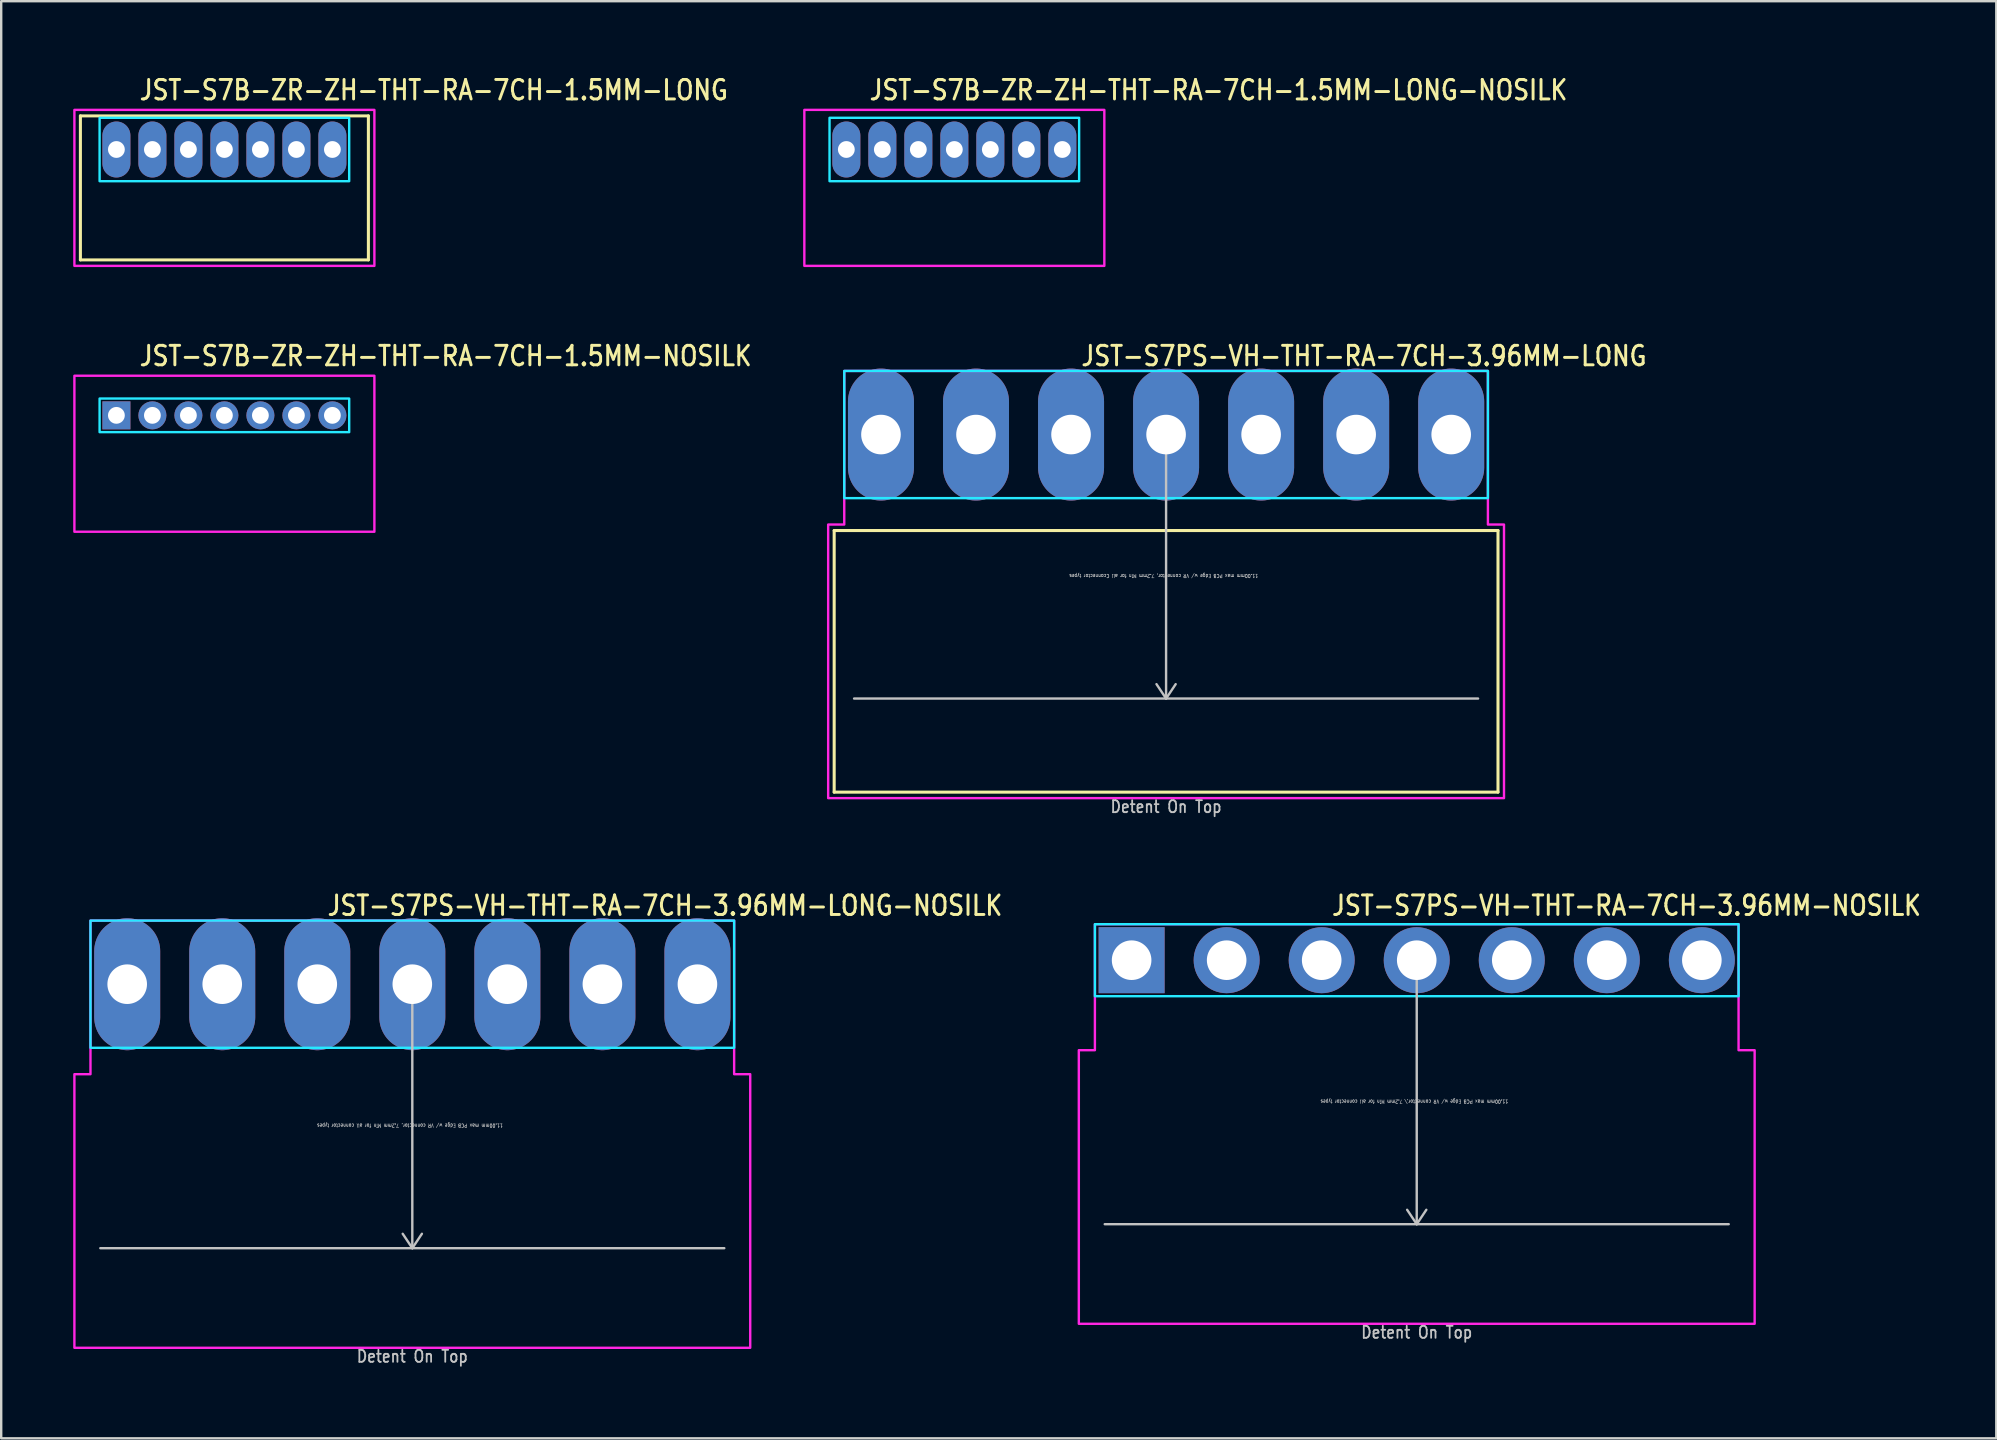
<source format=kicad_pcb>
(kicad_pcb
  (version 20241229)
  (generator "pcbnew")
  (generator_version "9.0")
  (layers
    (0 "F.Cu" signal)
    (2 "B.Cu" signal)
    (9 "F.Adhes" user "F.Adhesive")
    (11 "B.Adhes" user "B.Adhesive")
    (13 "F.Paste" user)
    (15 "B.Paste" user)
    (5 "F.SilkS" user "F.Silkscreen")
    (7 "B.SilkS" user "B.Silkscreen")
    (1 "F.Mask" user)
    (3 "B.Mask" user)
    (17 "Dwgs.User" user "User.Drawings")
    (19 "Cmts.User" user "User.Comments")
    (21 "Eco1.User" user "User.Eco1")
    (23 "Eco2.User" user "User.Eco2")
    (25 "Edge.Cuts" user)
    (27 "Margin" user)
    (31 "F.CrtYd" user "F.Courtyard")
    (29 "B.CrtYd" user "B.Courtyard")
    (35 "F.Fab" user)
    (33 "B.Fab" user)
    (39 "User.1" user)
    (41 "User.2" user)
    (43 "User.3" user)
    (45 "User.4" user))
  (footprint "JST-S7B-ZR-ZH-THT-RA-7CH-1.5MM-LONG"
    (layer "F.Cu")
    (at 6.3 3.179)
    (property "Reference" "JST-S7B-ZR-ZH-THT-RA-7CH-1.5MM-LONG" (at -3.6 -2 0) (unlocked yes) (layer "F.SilkS") (effects (font (size 0.813 0.695) (thickness 0.122)) (justify left bottom)))
    (fp_line (start -6 -1.4) (end 6 -1.4) (stroke (width 0.127) (type solid)) (layer "F.SilkS"))
    (fp_line (start -6 4.6) (end -6 -1.4) (stroke (width 0.127) (type solid)) (layer "F.SilkS"))
    (fp_line (start -6 4.6) (end 6 4.6) (stroke (width 0.127) (type solid)) (layer "F.SilkS"))
    (fp_line (start 6 -1.4) (end 6 4.6) (stroke (width 0.127) (type solid)) (layer "F.SilkS"))
    (fp_poly (pts (xy -5.2 -1.32) (xy -5.2 1.32) (xy 5.2 1.32) (xy 5.2 -1.32)) (stroke (width 0.1) (type solid)) (fill no) (layer "B.CrtYd"))
    (fp_poly (pts (xy -6.25 -1.65) (xy -6.25 4.85) (xy 6.25 4.85) (xy 6.25 -1.65)) (stroke (width 0.1) (type solid)) (fill no) (layer "F.CrtYd"))
    (pad "1" thru_hole oval (at -4.5 0 90) (size 2.333 1.167) (drill 0.7) (layers "*.Cu" "*.Mask"))
    (pad "2" thru_hole oval (at -3 0 90) (size 2.333 1.167) (drill 0.7) (layers "*.Cu" "*.Mask"))
    (pad "3" thru_hole oval (at -1.5 0 90) (size 2.333 1.167) (drill 0.7) (layers "*.Cu" "*.Mask"))
    (pad "4" thru_hole oval (at 0 0 90) (size 2.333 1.167) (drill 0.7) (layers "*.Cu" "*.Mask"))
    (pad "5" thru_hole oval (at 1.5 0 90) (size 2.333 1.167) (drill 0.7) (layers "*.Cu" "*.Mask"))
    (pad "6" thru_hole oval (at 3 0 90) (size 2.333 1.167) (drill 0.7) (layers "*.Cu" "*.Mask"))
    (pad "7" thru_hole oval (at 4.5 0 90) (size 2.333 1.167) (drill 0.7) (layers "*.Cu" "*.Mask")))
  (footprint "JST-S7PS-VH-THT-RA-7CH-3.96MM-NOSILK"
    (layer "F.Cu")
    (at 55.982 36.959)
    (property "Reference" "JST-S7PS-VH-THT-RA-7CH-3.96MM-NOSILK" (at -3.6 -1.8 0) (unlocked yes) (layer "F.SilkS") (effects (font (size 0.813 0.695) (thickness 0.122)) (justify left bottom)))
    (fp_line (start -13 11) (end 13 11) (stroke (width 0.1) (type solid)) (layer "Dwgs.User"))
    (fp_line (start 0 0) (end -0.4 0.6) (stroke (width 0.1) (type solid)) (layer "Dwgs.User"))
    (fp_line (start 0 0) (end 0 11) (stroke (width 0.1) (type solid)) (layer "Dwgs.User"))
    (fp_line (start 0 0) (end 0.4 0.6) (stroke (width 0.1) (type solid)) (layer "Dwgs.User"))
    (fp_line (start 0 11) (end -0.4 10.4) (stroke (width 0.1) (type solid)) (layer "Dwgs.User"))
    (fp_line (start 0 11) (end 0.4 10.4) (stroke (width 0.1) (type solid)) (layer "Dwgs.User"))
    (fp_poly (pts (xy -13.41 -1.5) (xy -13.41 1.5) (xy 13.41 1.5) (xy 13.41 -1.5)) (stroke (width 0.1) (type solid)) (fill no) (layer "B.CrtYd"))
    (fp_poly (pts (xy -14.08 3.75) (xy -14.08 15.15) (xy 14.08 15.15) (xy 14.08 3.75) (xy 13.41 3.75) (xy 13.41 -1.5) (xy -13.41 -1.5) (xy -13.41 3.75)) (stroke (width 0.1) (type solid)) (fill no) (layer "F.CrtYd"))
    (fp_text user "11.00mm max PCB Edge w/ VR connector,\\ 7.2mm Min for all connector types" (at -0.1 5.8 180) (unlocked yes) (layer "Dwgs.User") (effects (font (size 0.15 0.128) (thickness 0.022)) (justify bottom)))
    (fp_text user "Detent On Top" (at 0 15.8 0) (unlocked yes) (layer "Dwgs.User") (effects (font (size 0.5 0.427) (thickness 0.075)) (justify bottom)))
    (pad "1" thru_hole rect (at -11.88 0) (size 2.75 2.75) (drill 1.65) (layers "*.Cu" "*.Mask"))
    (pad "2" thru_hole oval (at -7.92 0) (size 2.75 2.75) (drill 1.65) (layers "*.Cu" "*.Mask"))
    (pad "3" thru_hole oval (at -3.96 0) (size 2.75 2.75) (drill 1.65) (layers "*.Cu" "*.Mask"))
    (pad "4" thru_hole oval (at 0 0) (size 2.75 2.75) (drill 1.65) (layers "*.Cu" "*.Mask"))
    (pad "5" thru_hole oval (at 3.96 0) (size 2.75 2.75) (drill 1.65) (layers "*.Cu" "*.Mask"))
    (pad "6" thru_hole oval (at 7.92 0) (size 2.75 2.75) (drill 1.65) (layers "*.Cu" "*.Mask"))
    (pad "7" thru_hole oval (at 11.88 0) (size 2.75 2.75) (drill 1.65) (layers "*.Cu" "*.Mask")))
  (footprint "JST-S7B-ZR-ZH-THT-RA-7CH-1.5MM-LONG-NOSILK"
    (layer "F.Cu")
    (at 36.715 3.179)
    (property "Reference" "JST-S7B-ZR-ZH-THT-RA-7CH-1.5MM-LONG-NOSILK" (at -3.6 -2 0) (unlocked yes) (layer "F.SilkS") (effects (font (size 0.813 0.695) (thickness 0.122)) (justify left bottom)))
    (fp_poly (pts (xy -5.2 -1.32) (xy -5.2 1.32) (xy 5.2 1.32) (xy 5.2 -1.32)) (stroke (width 0.1) (type solid)) (fill no) (layer "B.CrtYd"))
    (fp_poly (pts (xy -6.25 -1.65) (xy -6.25 4.85) (xy 6.25 4.85) (xy 6.25 -1.65)) (stroke (width 0.1) (type solid)) (fill no) (layer "F.CrtYd"))
    (pad "1" thru_hole oval (at -4.5 0 90) (size 2.333 1.167) (drill 0.7) (layers "*.Cu" "*.Mask"))
    (pad "2" thru_hole oval (at -3 0 90) (size 2.333 1.167) (drill 0.7) (layers "*.Cu" "*.Mask"))
    (pad "3" thru_hole oval (at -1.5 0 90) (size 2.333 1.167) (drill 0.7) (layers "*.Cu" "*.Mask"))
    (pad "4" thru_hole oval (at 0 0 90) (size 2.333 1.167) (drill 0.7) (layers "*.Cu" "*.Mask"))
    (pad "5" thru_hole oval (at 1.5 0 90) (size 2.333 1.167) (drill 0.7) (layers "*.Cu" "*.Mask"))
    (pad "6" thru_hole oval (at 3 0 90) (size 2.333 1.167) (drill 0.7) (layers "*.Cu" "*.Mask"))
    (pad "7" thru_hole oval (at 4.5 0 90) (size 2.333 1.167) (drill 0.7) (layers "*.Cu" "*.Mask")))
  (footprint "JST-S7PS-VH-THT-RA-7CH-3.96MM-LONG"
    (layer "F.Cu")
    (at 45.538 15.057)
    (property "Reference" "JST-S7PS-VH-THT-RA-7CH-3.96MM-LONG" (at -3.6 -2.8 0) (unlocked yes) (layer "F.SilkS") (effects (font (size 0.813 0.695) (thickness 0.122)) (justify left bottom)))
    (fp_line (start -13.83 4) (end 13.83 4) (stroke (width 0.127) (type solid)) (layer "F.SilkS"))
    (fp_line (start -13.83 14.9) (end -13.83 4) (stroke (width 0.127) (type solid)) (layer "F.SilkS"))
    (fp_line (start -13.83 14.9) (end 13.83 14.9) (stroke (width 0.127) (type solid)) (layer "F.SilkS"))
    (fp_line (start 13.83 4) (end 13.83 14.9) (stroke (width 0.127) (type solid)) (layer "F.SilkS"))
    (fp_line (start -13 11) (end 13 11) (stroke (width 0.1) (type solid)) (layer "Dwgs.User"))
    (fp_line (start 0 0) (end -0.4 0.6) (stroke (width 0.1) (type solid)) (layer "Dwgs.User"))
    (fp_line (start 0 0) (end 0 11) (stroke (width 0.1) (type solid)) (layer "Dwgs.User"))
    (fp_line (start 0 0) (end 0.4 0.6) (stroke (width 0.1) (type solid)) (layer "Dwgs.User"))
    (fp_line (start 0 11) (end -0.4 10.4) (stroke (width 0.1) (type solid)) (layer "Dwgs.User"))
    (fp_line (start 0 11) (end 0.4 10.4) (stroke (width 0.1) (type solid)) (layer "Dwgs.User"))
    (fp_poly (pts (xy -13.41 -2.65) (xy -13.41 2.65) (xy 13.41 2.65) (xy 13.41 -2.65)) (stroke (width 0.1) (type solid)) (fill no) (layer "B.CrtYd"))
    (fp_poly (pts (xy -14.08 3.75) (xy -14.08 15.15) (xy 14.08 15.15) (xy 14.08 3.75) (xy 13.41 3.75) (xy 13.41 -2.65) (xy -13.41 -2.65) (xy -13.41 3.75)) (stroke (width 0.1) (type solid)) (fill no) (layer "F.CrtYd"))
    (fp_text user "Detent On Top" (at 0 15.8 0) (unlocked yes) (layer "Dwgs.User") (effects (font (size 0.5 0.427) (thickness 0.075)) (justify bottom)))
    (fp_text user "11.00mm max PCB Edge w/ VR connector, 7.2mm Min for all Cconnector types" (at -0.1 5.8 180) (unlocked yes) (layer "Dwgs.User") (effects (font (size 0.15 0.128) (thickness 0.022)) (justify bottom)))
    (pad "1" thru_hole oval (at -11.88 0 90) (size 5.5 2.75) (drill 1.65) (layers "*.Cu" "*.Mask"))
    (pad "2" thru_hole oval (at -7.92 0 90) (size 5.5 2.75) (drill 1.65) (layers "*.Cu" "*.Mask"))
    (pad "3" thru_hole oval (at -3.96 0 90) (size 5.5 2.75) (drill 1.65) (layers "*.Cu" "*.Mask"))
    (pad "4" thru_hole oval (at 0 0 90) (size 5.5 2.75) (drill 1.65) (layers "*.Cu" "*.Mask"))
    (pad "5" thru_hole oval (at 3.96 0 90) (size 5.5 2.75) (drill 1.65) (layers "*.Cu" "*.Mask"))
    (pad "6" thru_hole oval (at 7.92 0 90) (size 5.5 2.75) (drill 1.65) (layers "*.Cu" "*.Mask"))
    (pad "7" thru_hole oval (at 11.88 0 90) (size 5.5 2.75) (drill 1.65) (layers "*.Cu" "*.Mask")))
  (footprint "JST-S7B-ZR-ZH-THT-RA-7CH-1.5MM-NOSILK"
    (layer "F.Cu")
    (at 6.3 14.257)
    (property "Reference" "JST-S7B-ZR-ZH-THT-RA-7CH-1.5MM-NOSILK" (at -3.6 -2 0) (unlocked yes) (layer "F.SilkS") (effects (font (size 0.813 0.695) (thickness 0.122)) (justify left bottom)))
    (fp_poly (pts (xy -5.2 -0.7) (xy -5.2 0.7) (xy 5.2 0.7) (xy 5.2 -0.7)) (stroke (width 0.1) (type solid)) (fill no) (layer "B.CrtYd"))
    (fp_poly (pts (xy -6.25 -1.65) (xy -6.25 4.85) (xy 6.25 4.85) (xy 6.25 -1.65)) (stroke (width 0.1) (type solid)) (fill no) (layer "F.CrtYd"))
    (pad "1" thru_hole rect (at -4.5 0) (size 1.167 1.167) (drill 0.7) (layers "*.Cu" "*.Mask"))
    (pad "2" thru_hole oval (at -3 0) (size 1.167 1.167) (drill 0.7) (layers "*.Cu" "*.Mask"))
    (pad "3" thru_hole oval (at -1.5 0) (size 1.167 1.167) (drill 0.7) (layers "*.Cu" "*.Mask"))
    (pad "4" thru_hole oval (at 0 0) (size 1.167 1.167) (drill 0.7) (layers "*.Cu" "*.Mask"))
    (pad "5" thru_hole oval (at 1.5 0) (size 1.167 1.167) (drill 0.7) (layers "*.Cu" "*.Mask"))
    (pad "6" thru_hole oval (at 3 0) (size 1.167 1.167) (drill 0.7) (layers "*.Cu" "*.Mask"))
    (pad "7" thru_hole oval (at 4.5 0) (size 1.167 1.167) (drill 0.7) (layers "*.Cu" "*.Mask")))
  (footprint "JST-S7PS-VH-THT-RA-7CH-3.96MM-LONG-NOSILK"
    (layer "F.Cu")
    (at 14.13 37.959)
    (property "Reference" "JST-S7PS-VH-THT-RA-7CH-3.96MM-LONG-NOSILK" (at -3.6 -2.8 0) (unlocked yes) (layer "F.SilkS") (effects (font (size 0.813 0.695) (thickness 0.122)) (justify left bottom)))
    (fp_line (start -13 11) (end 13 11) (stroke (width 0.1) (type solid)) (layer "Dwgs.User"))
    (fp_line (start 0 0) (end -0.4 0.6) (stroke (width 0.1) (type solid)) (layer "Dwgs.User"))
    (fp_line (start 0 0) (end 0 11) (stroke (width 0.1) (type solid)) (layer "Dwgs.User"))
    (fp_line (start 0 0) (end 0.4 0.6) (stroke (width 0.1) (type solid)) (layer "Dwgs.User"))
    (fp_line (start 0 11) (end -0.4 10.4) (stroke (width 0.1) (type solid)) (layer "Dwgs.User"))
    (fp_line (start 0 11) (end 0.4 10.4) (stroke (width 0.1) (type solid)) (layer "Dwgs.User"))
    (fp_poly (pts (xy -13.41 -2.65) (xy -13.41 2.65) (xy 13.41 2.65) (xy 13.41 -2.65)) (stroke (width 0.1) (type solid)) (fill no) (layer "B.CrtYd"))
    (fp_poly (pts (xy -14.08 3.75) (xy -14.08 15.15) (xy 14.08 15.15) (xy 14.08 3.75) (xy 13.41 3.75) (xy 13.41 -2.65) (xy -13.41 -2.65) (xy -13.41 3.75)) (stroke (width 0.1) (type solid)) (fill no) (layer "F.CrtYd"))
    (fp_text user "11.00mm max PCB Edge w/ VR connector, 7.2mm Min for all connector types" (at -0.1 5.8 180) (unlocked yes) (layer "Dwgs.User") (effects (font (size 0.15 0.128) (thickness 0.022)) (justify bottom)))
    (fp_text user "Detent On Top" (at 0 15.8 0) (unlocked yes) (layer "Dwgs.User") (effects (font (size 0.5 0.427) (thickness 0.075)) (justify bottom)))
    (pad "1" thru_hole oval (at -11.88 0 90) (size 5.5 2.75) (drill 1.65) (layers "*.Cu" "*.Mask"))
    (pad "2" thru_hole oval (at -7.92 0 90) (size 5.5 2.75) (drill 1.65) (layers "*.Cu" "*.Mask"))
    (pad "3" thru_hole oval (at -3.96 0 90) (size 5.5 2.75) (drill 1.65) (layers "*.Cu" "*.Mask"))
    (pad "4" thru_hole oval (at 0 0 90) (size 5.5 2.75) (drill 1.65) (layers "*.Cu" "*.Mask"))
    (pad "5" thru_hole oval (at 3.96 0 90) (size 5.5 2.75) (drill 1.65) (layers "*.Cu" "*.Mask"))
    (pad "6" thru_hole oval (at 7.92 0 90) (size 5.5 2.75) (drill 1.65) (layers "*.Cu" "*.Mask"))
    (pad "7" thru_hole oval (at 11.88 0 90) (size 5.5 2.75) (drill 1.65) (layers "*.Cu" "*.Mask")))
  (gr_rect
    (start -3 -3)
    (end 80.131 56.882)
    (stroke (width 0.1) (type default))
    (fill no)
    (layer "Edge.Cuts")))
</source>
